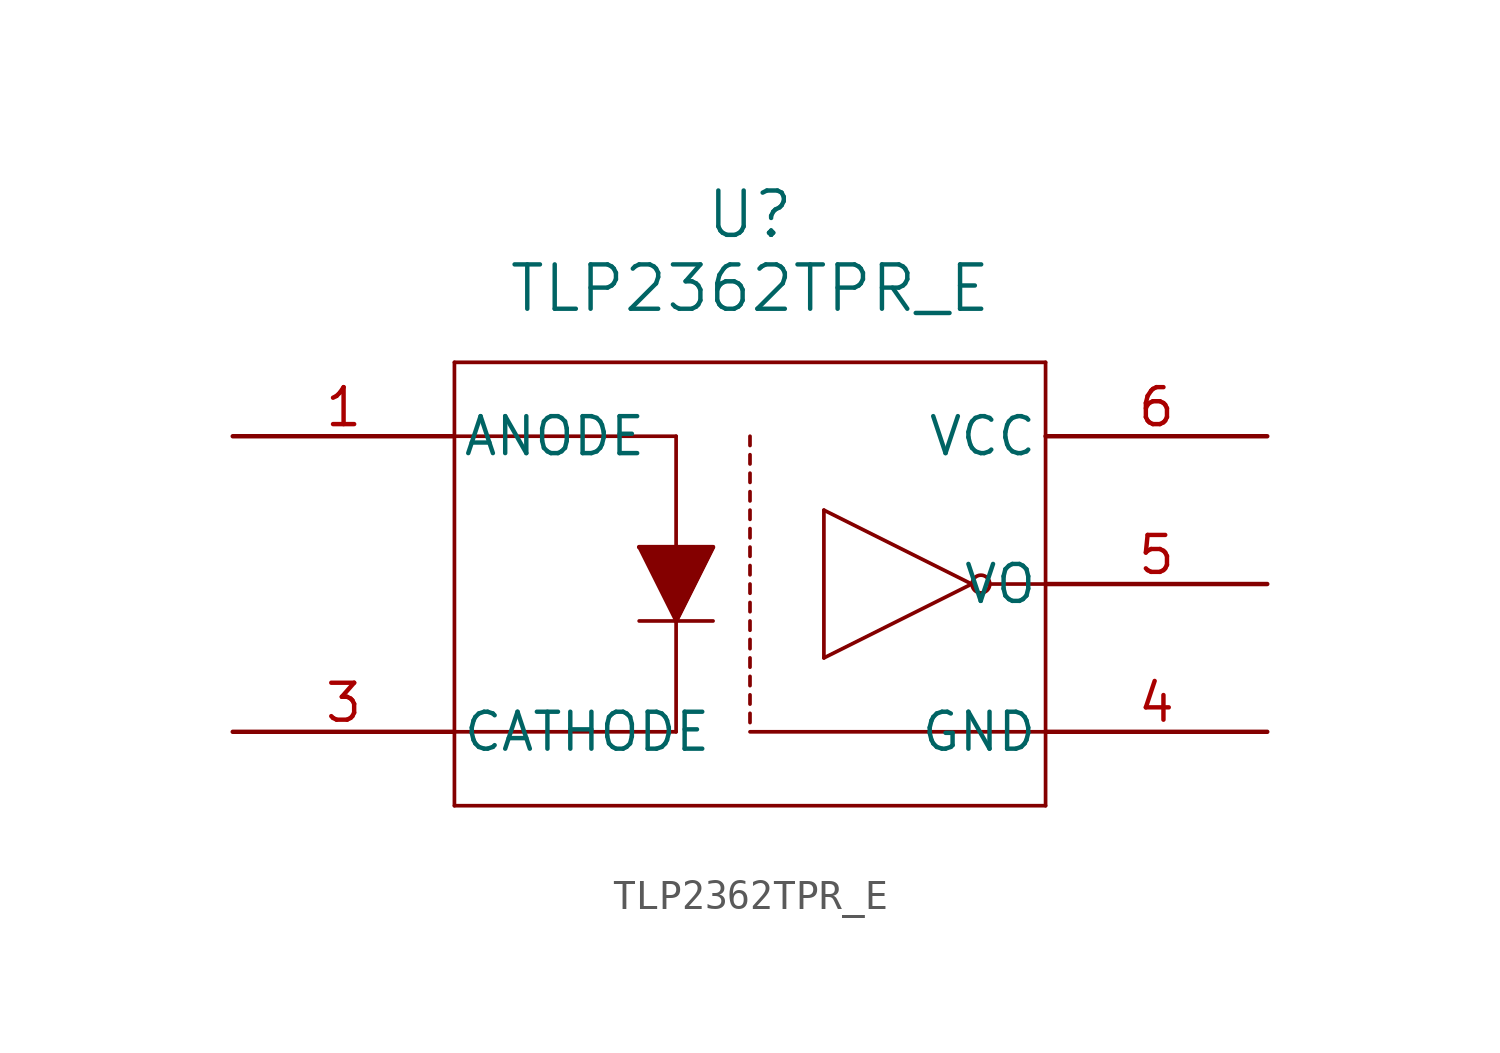
<source format=kicad_sym>
(kicad_symbol_lib
  (version 20211014)
  (generator kicad_symbol_editor)
  (symbol "TLP2362TPR_E"
    (pin_names
      (offset 0.254))
    (property "Reference" "U"
      (at 17.78 7.62 0)
      (effects (font (size 1.524 1.524))))
    (property "Value" "TLP2362TPR_E"
      (at 17.78 5.08 0)
      (effects (font (size 1.524 1.524))))
    (symbol "TLP2362TPR_E_0_1"
      (polyline (pts (xy 7.62 2.54) (xy 7.62 -12.7)) (stroke (width 0.127) (type default) (color 0 0 0 0)) (fill (type none)))
      (polyline (pts (xy 7.62 -12.7) (xy 27.94 -12.7)) (stroke (width 0.127) (type default) (color 0 0 0 0)) (fill (type none)))
      (polyline (pts (xy 27.94 -12.7) (xy 27.94 2.54)) (stroke (width 0.127) (type default) (color 0 0 0 0)) (fill (type none)))
      (polyline (pts (xy 27.94 2.54) (xy 7.62 2.54)) (stroke (width 0.127) (type default) (color 0 0 0 0)) (fill (type none)))
      (polyline (pts (xy 17.78 -9.525) (xy 17.78 -9.842)) (stroke (width 0.127) (type default) (color 0 0 0 0)) (fill (type none)))
      (polyline (pts (xy 17.78 -10.16) (xy 27.94 -10.16)) (stroke (width 0.127) (type default) (color 0 0 0 0)) (fill (type none)))
      (polyline (pts (xy 20.32 -2.54) (xy 25.4 -5.08)) (stroke (width 0.127) (type default) (color 0 0 0 0)) (fill (type none)))
      (polyline (pts (xy 25.4 -5.08) (xy 20.32 -7.62)) (stroke (width 0.127) (type default) (color 0 0 0 0)) (fill (type none)))
      (polyline (pts (xy 20.32 -7.62) (xy 20.32 -2.54)) (stroke (width 0.127) (type default) (color 0 0 0 0)) (fill (type none)))
      (polyline (pts (xy 26.022 -5.08) (xy 27.94 -5.08)) (stroke (width 0.127) (type default) (color 0 0 0 0)) (fill (type none)))
      (circle (center 25.718 -5.08) (radius 0.305) (stroke (width 0.127) (type default) (color 0 0 0 0)) (fill (type none)))
      (polyline (pts (xy 7.62 0) (xy 15.24 0)) (stroke (width 0.127) (type default) (color 0 0 0 0)) (fill (type none)))
      (polyline (pts (xy 15.24 0) (xy 15.24 -10.16)) (stroke (width 0.127) (type default) (color 0 0 0 0)) (fill (type none)))
      (polyline (pts (xy 15.24 -10.16) (xy 7.62 -10.16)) (stroke (width 0.127) (type default) (color 0 0 0 0)) (fill (type none)))
      (polyline (pts (xy 13.97 -3.81) (xy 16.51 -3.81)) (stroke (width 0.127) (type default) (color 0 0 0 0)) (fill (type none)))
      (polyline (pts (xy 16.51 -3.81) (xy 15.24 -6.35)) (stroke (width 0.127) (type default) (color 0 0 0 0)) (fill (type none)))
      (polyline (pts (xy 15.24 -6.35) (xy 13.97 -3.81)) (stroke (width 0.127) (type default) (color 0 0 0 0)) (fill (type none)))
      (polyline (pts (xy 13.97 -6.35) (xy 16.51 -6.35)) (stroke (width 0.127) (type default) (color 0 0 0 0)) (fill (type none)))
      (polyline (pts (xy 13.97 -3.81) (xy 16.51 -3.81) (xy 15.24 -6.35)) (stroke (width 0) (type default) (color 0 0 0 0)) (fill (type outline)))
      (polyline (pts (xy 17.78 -8.89) (xy 17.78 -9.207)) (stroke (width 0.127) (type default) (color 0 0 0 0)) (fill (type none)))
      (polyline (pts (xy 17.78 -8.255) (xy 17.78 -8.572)) (stroke (width 0.127) (type default) (color 0 0 0 0)) (fill (type none)))
      (polyline (pts (xy 17.78 -7.62) (xy 17.78 -7.938)) (stroke (width 0.127) (type default) (color 0 0 0 0)) (fill (type none)))
      (polyline (pts (xy 17.78 -6.985) (xy 17.78 -7.303)) (stroke (width 0.127) (type default) (color 0 0 0 0)) (fill (type none)))
      (polyline (pts (xy 17.78 -6.35) (xy 17.78 -6.668)) (stroke (width 0.127) (type default) (color 0 0 0 0)) (fill (type none)))
      (polyline (pts (xy 17.78 -5.715) (xy 17.78 -6.032)) (stroke (width 0.127) (type default) (color 0 0 0 0)) (fill (type none)))
      (polyline (pts (xy 17.78 -5.08) (xy 17.78 -5.397)) (stroke (width 0.127) (type default) (color 0 0 0 0)) (fill (type none)))
      (polyline (pts (xy 17.78 -4.445) (xy 17.78 -4.763)) (stroke (width 0.127) (type default) (color 0 0 0 0)) (fill (type none)))
      (polyline (pts (xy 17.78 -3.81) (xy 17.78 -4.128)) (stroke (width 0.127) (type default) (color 0 0 0 0)) (fill (type none)))
      (polyline (pts (xy 17.78 -3.175) (xy 17.78 -3.493)) (stroke (width 0.127) (type default) (color 0 0 0 0)) (fill (type none)))
      (polyline (pts (xy 17.78 -2.54) (xy 17.78 -2.857)) (stroke (width 0.127) (type default) (color 0 0 0 0)) (fill (type none)))
      (polyline (pts (xy 17.78 -1.905) (xy 17.78 -2.223)) (stroke (width 0.127) (type default) (color 0 0 0 0)) (fill (type none)))
      (polyline (pts (xy 17.78 -1.27) (xy 17.78 -1.587)) (stroke (width 0.127) (type default) (color 0 0 0 0)) (fill (type none)))
      (polyline (pts (xy 17.78 -0.635) (xy 17.78 -0.953)) (stroke (width 0.127) (type default) (color 0 0 0 0)) (fill (type none)))
      (polyline (pts (xy 17.78 0) (xy 17.78 -0.318)) (stroke (width 0.127) (type default) (color 0 0 0 0)) (fill (type none)))
      (pin unspecified line (at 0 0 0) (length 7.62) (name "ANODE" (effects (font (size 1.27 1.27)))) (number "1" (effects (font (size 1.27 1.27)))))
      (pin unspecified line (at 0 -10.16 0) (length 7.62) (name "CATHODE" (effects (font (size 1.27 1.27)))) (number "3" (effects (font (size 1.27 1.27)))))
      (pin power_out line (at 35.56 -10.16 180) (length 7.62) (name "GND" (effects (font (size 1.27 1.27)))) (number "4" (effects (font (size 1.27 1.27)))))
      (pin power_in line (at 35.56 -5.08 180) (length 7.62) (name "VO" (effects (font (size 1.27 1.27)))) (number "5" (effects (font (size 1.27 1.27)))))
      (pin power_in line (at 35.56 0 180) (length 7.62) (name "VCC" (effects (font (size 1.27 1.27)))) (number "6" (effects (font (size 1.27 1.27))))))))
</source>
